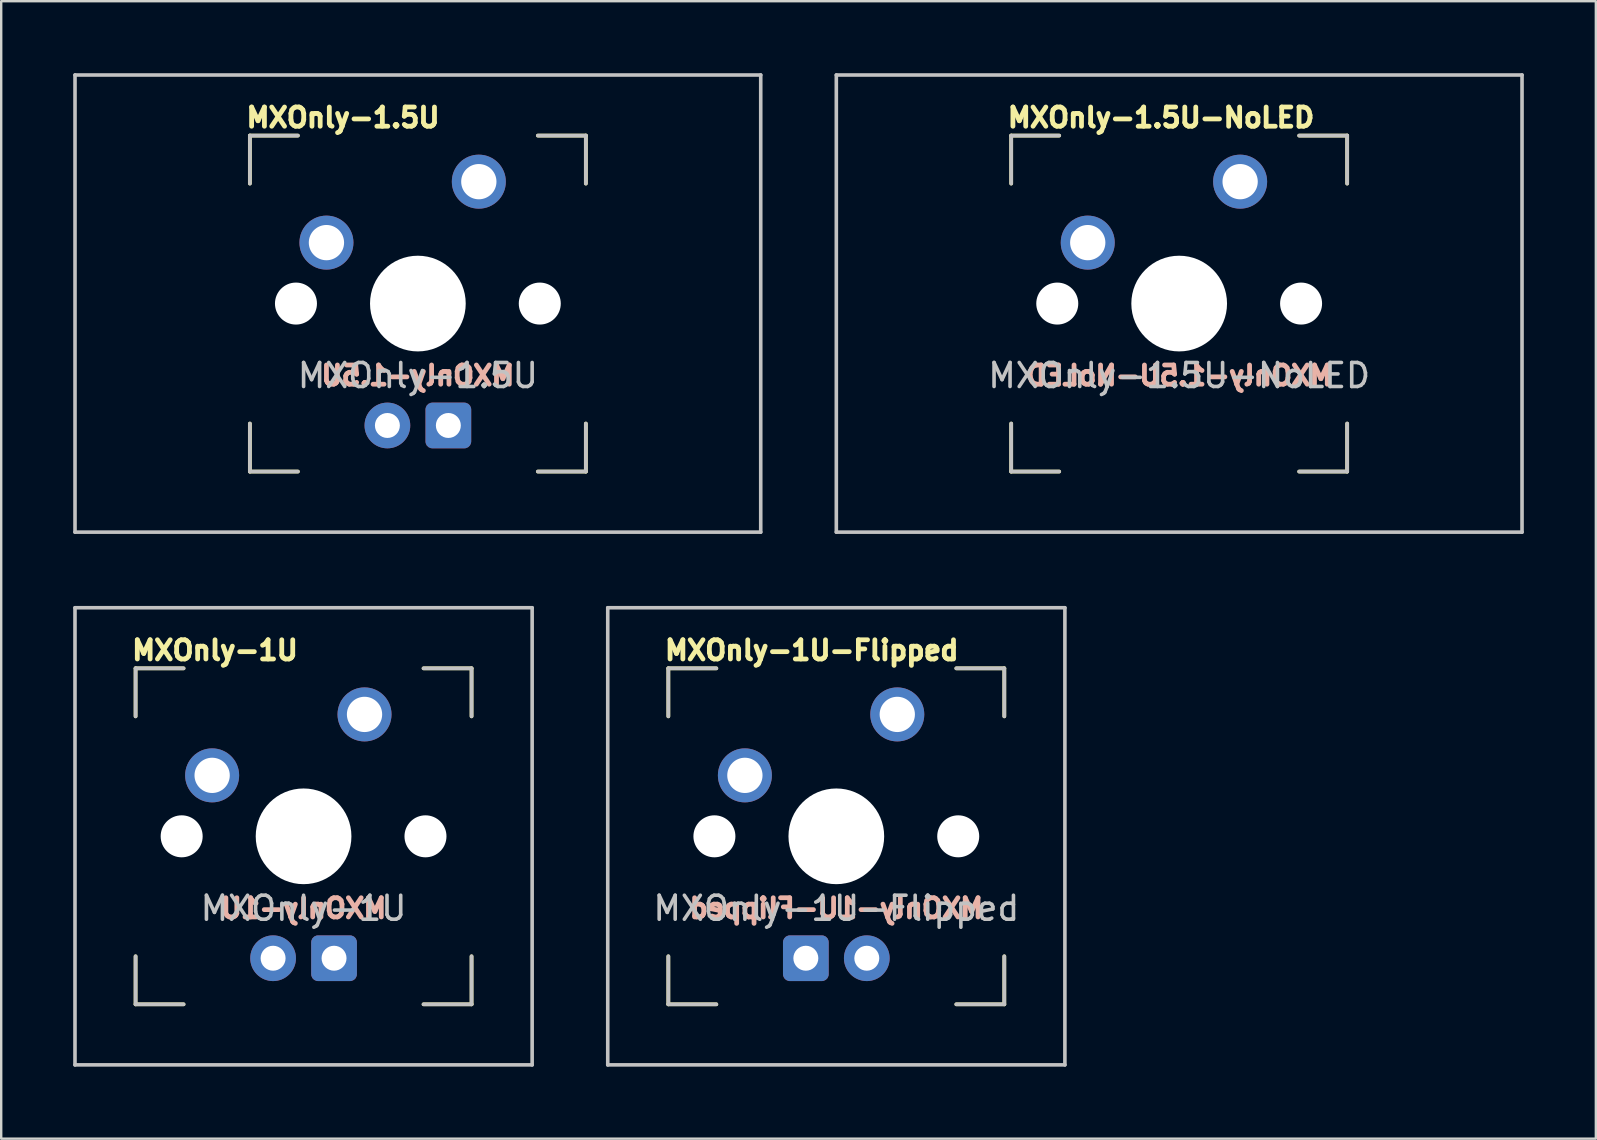
<source format=kicad_pcb>
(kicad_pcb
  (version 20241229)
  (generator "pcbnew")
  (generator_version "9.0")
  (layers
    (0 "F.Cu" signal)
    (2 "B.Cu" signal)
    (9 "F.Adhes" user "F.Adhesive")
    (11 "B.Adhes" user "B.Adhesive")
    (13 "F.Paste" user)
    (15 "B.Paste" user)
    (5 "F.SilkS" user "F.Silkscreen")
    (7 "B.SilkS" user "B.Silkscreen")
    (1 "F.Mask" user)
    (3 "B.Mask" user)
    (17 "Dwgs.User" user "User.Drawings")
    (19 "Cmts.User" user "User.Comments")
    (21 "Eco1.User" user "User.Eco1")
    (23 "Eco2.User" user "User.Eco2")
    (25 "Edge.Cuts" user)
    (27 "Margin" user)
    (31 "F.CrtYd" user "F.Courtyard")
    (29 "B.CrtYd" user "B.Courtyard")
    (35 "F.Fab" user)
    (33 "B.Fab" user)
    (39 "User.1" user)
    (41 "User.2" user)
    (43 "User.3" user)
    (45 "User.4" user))
  (footprint "MXOnly-1.5U"
    (layer "F.Cu")
    (at 14.363 9.6)
    (property "Reference" "MXOnly-1.5U" (at 0 3 0) (layer "Dwgs.User") (effects (font (size 1 1) (thickness 0.15))))
    (attr through_hole)
    (fp_line (start -7 -7) (end -5 -7) (stroke (width 0.16) (type solid)) (layer "F.SilkS"))
    (fp_line (start -7 -5) (end -7 -7) (stroke (width 0.16) (type solid)) (layer "F.SilkS"))
    (fp_line (start -7 5) (end -7 7) (stroke (width 0.16) (type solid)) (layer "F.SilkS"))
    (fp_line (start -7 7) (end -5 7) (stroke (width 0.16) (type solid)) (layer "F.SilkS"))
    (fp_line (start 5 -7) (end 7 -7) (stroke (width 0.16) (type solid)) (layer "F.SilkS"))
    (fp_line (start 5 7) (end 7 7) (stroke (width 0.16) (type solid)) (layer "F.SilkS"))
    (fp_line (start 7 -7) (end 7 -5) (stroke (width 0.16) (type solid)) (layer "F.SilkS"))
    (fp_line (start 7 7) (end 7 5) (stroke (width 0.16) (type solid)) (layer "F.SilkS"))
    (fp_line (start -14.287 -9.525) (end 14.287 -9.525) (stroke (width 0.15) (type solid)) (layer "Dwgs.User"))
    (fp_line (start -14.287 9.525) (end -14.287 -9.525) (stroke (width 0.15) (type solid)) (layer "Dwgs.User"))
    (fp_line (start -14.287 9.525) (end 14.287 9.525) (stroke (width 0.15) (type solid)) (layer "Dwgs.User"))
    (fp_line (start -7 -7) (end -7 -5) (stroke (width 0.15) (type solid)) (layer "Dwgs.User"))
    (fp_line (start -7 5) (end -7 7) (stroke (width 0.15) (type solid)) (layer "Dwgs.User"))
    (fp_line (start -7 7) (end -5 7) (stroke (width 0.15) (type solid)) (layer "Dwgs.User"))
    (fp_line (start -5 -7) (end -7 -7) (stroke (width 0.15) (type solid)) (layer "Dwgs.User"))
    (fp_line (start 5 -7) (end 7 -7) (stroke (width 0.15) (type solid)) (layer "Dwgs.User"))
    (fp_line (start 5 7) (end 7 7) (stroke (width 0.15) (type solid)) (layer "Dwgs.User"))
    (fp_line (start 7 -7) (end 7 -5) (stroke (width 0.15) (type solid)) (layer "Dwgs.User"))
    (fp_line (start 7 7) (end 7 5) (stroke (width 0.15) (type solid)) (layer "Dwgs.User"))
    (fp_line (start 14.287 -9.525) (end 14.287 9.525) (stroke (width 0.15) (type solid)) (layer "Dwgs.User"))
    (fp_text user "${REFERENCE}" (at -7.25 -7.75 0) (layer "F.SilkS") (effects (font (size 0.8 0.8) (thickness 0.2)) (justify left)))
    (fp_text user "${REFERENCE}" (at 0 3 0) (layer "B.SilkS") (effects (font (size 0.8 0.8) (thickness 0.2)) (justify mirror)))
    (pad "" np_thru_hole circle (at -5.08 0 48.1) (size 1.75 1.75) (drill 1.75) (layers "*.Cu" "*.Mask"))
    (pad "" np_thru_hole circle (at 0 0) (size 3.988 3.988) (drill 3.988) (layers "*.Cu" "*.Mask"))
    (pad "" np_thru_hole circle (at 5.08 0 48.1) (size 1.75 1.75) (drill 1.75) (layers "*.Cu" "*.Mask"))
    (pad "1" thru_hole circle (at -3.81 -2.54) (size 2.25 2.25) (drill 1.47) (layers "*.Cu" "B.Mask"))
    (pad "2" thru_hole circle (at 2.54 -5.08) (size 2.25 2.25) (drill 1.47) (layers "*.Cu" "B.Mask"))
    (pad "3" thru_hole circle (at -1.27 5.08) (size 1.905 1.905) (drill 1.04) (layers "*.Cu" "B.Mask"))
    (pad "4" thru_hole roundrect (at 1.27 5.08) (size 1.905 1.905) (drill 1.04) (layers "*.Cu" "B.Mask") (roundrect_rratio 0.15)))
  (footprint "MXOnly-1U-Flipped"
    (layer "F.Cu")
    (at 31.8 31.8)
    (property "Reference" "MXOnly-1U-Flipped" (at 0 3 0) (layer "Dwgs.User") (effects (font (size 1 1) (thickness 0.15))))
    (attr through_hole)
    (fp_line (start -7 -7) (end -5 -7) (stroke (width 0.16) (type solid)) (layer "F.SilkS"))
    (fp_line (start -7 -5) (end -7 -7) (stroke (width 0.16) (type solid)) (layer "F.SilkS"))
    (fp_line (start -7 5) (end -7 7) (stroke (width 0.16) (type solid)) (layer "F.SilkS"))
    (fp_line (start -7 7) (end -5 7) (stroke (width 0.16) (type solid)) (layer "F.SilkS"))
    (fp_line (start 5 -7) (end 7 -7) (stroke (width 0.16) (type solid)) (layer "F.SilkS"))
    (fp_line (start 5 7) (end 7 7) (stroke (width 0.16) (type solid)) (layer "F.SilkS"))
    (fp_line (start 7 -7) (end 7 -5) (stroke (width 0.16) (type solid)) (layer "F.SilkS"))
    (fp_line (start 7 7) (end 7 5) (stroke (width 0.16) (type solid)) (layer "F.SilkS"))
    (fp_line (start -9.525 -9.525) (end 9.525 -9.525) (stroke (width 0.15) (type solid)) (layer "Dwgs.User"))
    (fp_line (start -9.525 9.525) (end -9.525 -9.525) (stroke (width 0.15) (type solid)) (layer "Dwgs.User"))
    (fp_line (start -7 -7) (end -7 -5) (stroke (width 0.15) (type solid)) (layer "Dwgs.User"))
    (fp_line (start -7 5) (end -7 7) (stroke (width 0.15) (type solid)) (layer "Dwgs.User"))
    (fp_line (start -7 7) (end -5 7) (stroke (width 0.15) (type solid)) (layer "Dwgs.User"))
    (fp_line (start -5 -7) (end -7 -7) (stroke (width 0.15) (type solid)) (layer "Dwgs.User"))
    (fp_line (start 5 -7) (end 7 -7) (stroke (width 0.15) (type solid)) (layer "Dwgs.User"))
    (fp_line (start 5 7) (end 7 7) (stroke (width 0.15) (type solid)) (layer "Dwgs.User"))
    (fp_line (start 7 -7) (end 7 -5) (stroke (width 0.15) (type solid)) (layer "Dwgs.User"))
    (fp_line (start 7 7) (end 7 5) (stroke (width 0.15) (type solid)) (layer "Dwgs.User"))
    (fp_line (start 9.525 -9.525) (end 9.525 9.525) (stroke (width 0.15) (type solid)) (layer "Dwgs.User"))
    (fp_line (start 9.525 9.525) (end -9.525 9.525) (stroke (width 0.15) (type solid)) (layer "Dwgs.User"))
    (fp_text user "${REFERENCE}" (at -7.25 -7.75 0) (layer "F.SilkS") (effects (font (size 0.8 0.8) (thickness 0.2)) (justify left)))
    (fp_text user "${REFERENCE}" (at 0 3 0) (layer "B.SilkS") (effects (font (size 0.8 0.8) (thickness 0.2)) (justify mirror)))
    (pad "" np_thru_hole circle (at -5.08 0 48.1) (size 1.75 1.75) (drill 1.75) (layers "*.Cu" "*.Mask"))
    (pad "" np_thru_hole circle (at 0 0) (size 3.988 3.988) (drill 3.988) (layers "*.Cu" "*.Mask"))
    (pad "" np_thru_hole circle (at 5.08 0 48.1) (size 1.75 1.75) (drill 1.75) (layers "*.Cu" "*.Mask"))
    (pad "1" thru_hole circle (at 2.54 -5.08) (size 2.25 2.25) (drill 1.47) (layers "*.Cu" "B.Mask"))
    (pad "2" thru_hole circle (at -3.81 -2.54) (size 2.25 2.25) (drill 1.47) (layers "*.Cu" "B.Mask"))
    (pad "3" thru_hole circle (at 1.27 5.08) (size 1.905 1.905) (drill 1.04) (layers "*.Cu" "B.Mask"))
    (pad "4" thru_hole roundrect (at -1.27 5.08) (size 1.905 1.905) (drill 1.04) (layers "*.Cu" "B.Mask") (roundrect_rratio 0.15)))
  (footprint "MXOnly-1U"
    (layer "F.Cu")
    (at 9.6 31.8)
    (property "Reference" "MXOnly-1U" (at 0 3 0) (layer "Dwgs.User") (effects (font (size 1 1) (thickness 0.15))))
    (attr through_hole)
    (fp_line (start -7 -7) (end -5 -7) (stroke (width 0.16) (type solid)) (layer "F.SilkS"))
    (fp_line (start -7 -5) (end -7 -7) (stroke (width 0.16) (type solid)) (layer "F.SilkS"))
    (fp_line (start -7 5) (end -7 7) (stroke (width 0.16) (type solid)) (layer "F.SilkS"))
    (fp_line (start -7 7) (end -5 7) (stroke (width 0.16) (type solid)) (layer "F.SilkS"))
    (fp_line (start 5 -7) (end 7 -7) (stroke (width 0.16) (type solid)) (layer "F.SilkS"))
    (fp_line (start 5 7) (end 7 7) (stroke (width 0.16) (type solid)) (layer "F.SilkS"))
    (fp_line (start 7 -7) (end 7 -5) (stroke (width 0.16) (type solid)) (layer "F.SilkS"))
    (fp_line (start 7 7) (end 7 5) (stroke (width 0.16) (type solid)) (layer "F.SilkS"))
    (fp_line (start -9.525 -9.525) (end 9.525 -9.525) (stroke (width 0.15) (type solid)) (layer "Dwgs.User"))
    (fp_line (start -9.525 9.525) (end -9.525 -9.525) (stroke (width 0.15) (type solid)) (layer "Dwgs.User"))
    (fp_line (start -7 -7) (end -7 -5) (stroke (width 0.15) (type solid)) (layer "Dwgs.User"))
    (fp_line (start -7 5) (end -7 7) (stroke (width 0.15) (type solid)) (layer "Dwgs.User"))
    (fp_line (start -7 7) (end -5 7) (stroke (width 0.15) (type solid)) (layer "Dwgs.User"))
    (fp_line (start -5 -7) (end -7 -7) (stroke (width 0.15) (type solid)) (layer "Dwgs.User"))
    (fp_line (start 5 -7) (end 7 -7) (stroke (width 0.15) (type solid)) (layer "Dwgs.User"))
    (fp_line (start 5 7) (end 7 7) (stroke (width 0.15) (type solid)) (layer "Dwgs.User"))
    (fp_line (start 7 -7) (end 7 -5) (stroke (width 0.15) (type solid)) (layer "Dwgs.User"))
    (fp_line (start 7 7) (end 7 5) (stroke (width 0.15) (type solid)) (layer "Dwgs.User"))
    (fp_line (start 9.525 -9.525) (end 9.525 9.525) (stroke (width 0.15) (type solid)) (layer "Dwgs.User"))
    (fp_line (start 9.525 9.525) (end -9.525 9.525) (stroke (width 0.15) (type solid)) (layer "Dwgs.User"))
    (fp_text user "${REFERENCE}" (at -7.25 -7.75 0) (layer "F.SilkS") (effects (font (size 0.8 0.8) (thickness 0.2)) (justify left)))
    (fp_text user "${REFERENCE}" (at 0 3 0) (layer "B.SilkS") (effects (font (size 0.8 0.8) (thickness 0.2)) (justify mirror)))
    (pad "" np_thru_hole circle (at -5.08 0 48.1) (size 1.75 1.75) (drill 1.75) (layers "*.Cu" "*.Mask"))
    (pad "" np_thru_hole circle (at 0 0) (size 3.988 3.988) (drill 3.988) (layers "*.Cu" "*.Mask"))
    (pad "" np_thru_hole circle (at 5.08 0 48.1) (size 1.75 1.75) (drill 1.75) (layers "*.Cu" "*.Mask"))
    (pad "1" thru_hole circle (at -3.81 -2.54) (size 2.25 2.25) (drill 1.47) (layers "*.Cu" "B.Mask"))
    (pad "2" thru_hole circle (at 2.54 -5.08) (size 2.25 2.25) (drill 1.47) (layers "*.Cu" "B.Mask"))
    (pad "3" thru_hole circle (at -1.27 5.08) (size 1.905 1.905) (drill 1.04) (layers "*.Cu" "B.Mask"))
    (pad "4" thru_hole roundrect (at 1.27 5.08) (size 1.905 1.905) (drill 1.04) (layers "*.Cu" "B.Mask") (roundrect_rratio 0.15)))
  (footprint "MXOnly-1.5U-NoLED"
    (layer "F.Cu")
    (at 46.087 9.6)
    (property "Reference" "MXOnly-1.5U-NoLED" (at 0 3 0) (layer "Dwgs.User") (effects (font (size 1 1) (thickness 0.15))))
    (attr through_hole)
    (fp_line (start -7 -7) (end -5 -7) (stroke (width 0.16) (type solid)) (layer "F.SilkS"))
    (fp_line (start -7 -5) (end -7 -7) (stroke (width 0.16) (type solid)) (layer "F.SilkS"))
    (fp_line (start -7 7) (end -7 5) (stroke (width 0.16) (type solid)) (layer "F.SilkS"))
    (fp_line (start -5 7) (end -7 7) (stroke (width 0.16) (type solid)) (layer "F.SilkS"))
    (fp_line (start 5 -7) (end 7 -7) (stroke (width 0.16) (type solid)) (layer "F.SilkS"))
    (fp_line (start 7 -7) (end 7 -5) (stroke (width 0.16) (type solid)) (layer "F.SilkS"))
    (fp_line (start 7 5) (end 7 7) (stroke (width 0.16) (type solid)) (layer "F.SilkS"))
    (fp_line (start 7 7) (end 5 7) (stroke (width 0.16) (type solid)) (layer "F.SilkS"))
    (fp_line (start -14.287 -9.525) (end 14.287 -9.525) (stroke (width 0.15) (type solid)) (layer "Dwgs.User"))
    (fp_line (start -14.287 9.525) (end -14.287 -9.525) (stroke (width 0.15) (type solid)) (layer "Dwgs.User"))
    (fp_line (start -14.287 9.525) (end 14.287 9.525) (stroke (width 0.15) (type solid)) (layer "Dwgs.User"))
    (fp_line (start -7 -7) (end -7 -5) (stroke (width 0.15) (type solid)) (layer "Dwgs.User"))
    (fp_line (start -7 5) (end -7 7) (stroke (width 0.15) (type solid)) (layer "Dwgs.User"))
    (fp_line (start -7 7) (end -5 7) (stroke (width 0.15) (type solid)) (layer "Dwgs.User"))
    (fp_line (start -5 -7) (end -7 -7) (stroke (width 0.15) (type solid)) (layer "Dwgs.User"))
    (fp_line (start 5 -7) (end 7 -7) (stroke (width 0.15) (type solid)) (layer "Dwgs.User"))
    (fp_line (start 5 7) (end 7 7) (stroke (width 0.15) (type solid)) (layer "Dwgs.User"))
    (fp_line (start 7 -7) (end 7 -5) (stroke (width 0.15) (type solid)) (layer "Dwgs.User"))
    (fp_line (start 7 7) (end 7 5) (stroke (width 0.15) (type solid)) (layer "Dwgs.User"))
    (fp_line (start 14.287 -9.525) (end 14.287 9.525) (stroke (width 0.15) (type solid)) (layer "Dwgs.User"))
    (fp_text user "${REFERENCE}" (at -7.25 -7.75 0) (layer "F.SilkS") (effects (font (size 0.8 0.8) (thickness 0.2)) (justify left)))
    (fp_text user "${REFERENCE}" (at 0 3 0) (layer "B.SilkS") (effects (font (size 0.8 0.8) (thickness 0.2)) (justify mirror)))
    (pad "" np_thru_hole circle (at -5.08 0 48.1) (size 1.75 1.75) (drill 1.75) (layers "*.Cu" "*.Mask"))
    (pad "" np_thru_hole circle (at 0 0) (size 3.988 3.988) (drill 3.988) (layers "*.Cu" "*.Mask"))
    (pad "" np_thru_hole circle (at 5.08 0 48.1) (size 1.75 1.75) (drill 1.75) (layers "*.Cu" "*.Mask"))
    (pad "1" thru_hole circle (at -3.81 -2.54) (size 2.25 2.25) (drill 1.47) (layers "*.Cu" "B.Mask"))
    (pad "2" thru_hole circle (at 2.54 -5.08) (size 2.25 2.25) (drill 1.47) (layers "*.Cu" "B.Mask")))
  (gr_rect
    (start -3 -3)
    (end 63.45 44.4)
    (stroke (width 0.1) (type default))
    (fill no)
    (layer "Edge.Cuts")))
</source>
